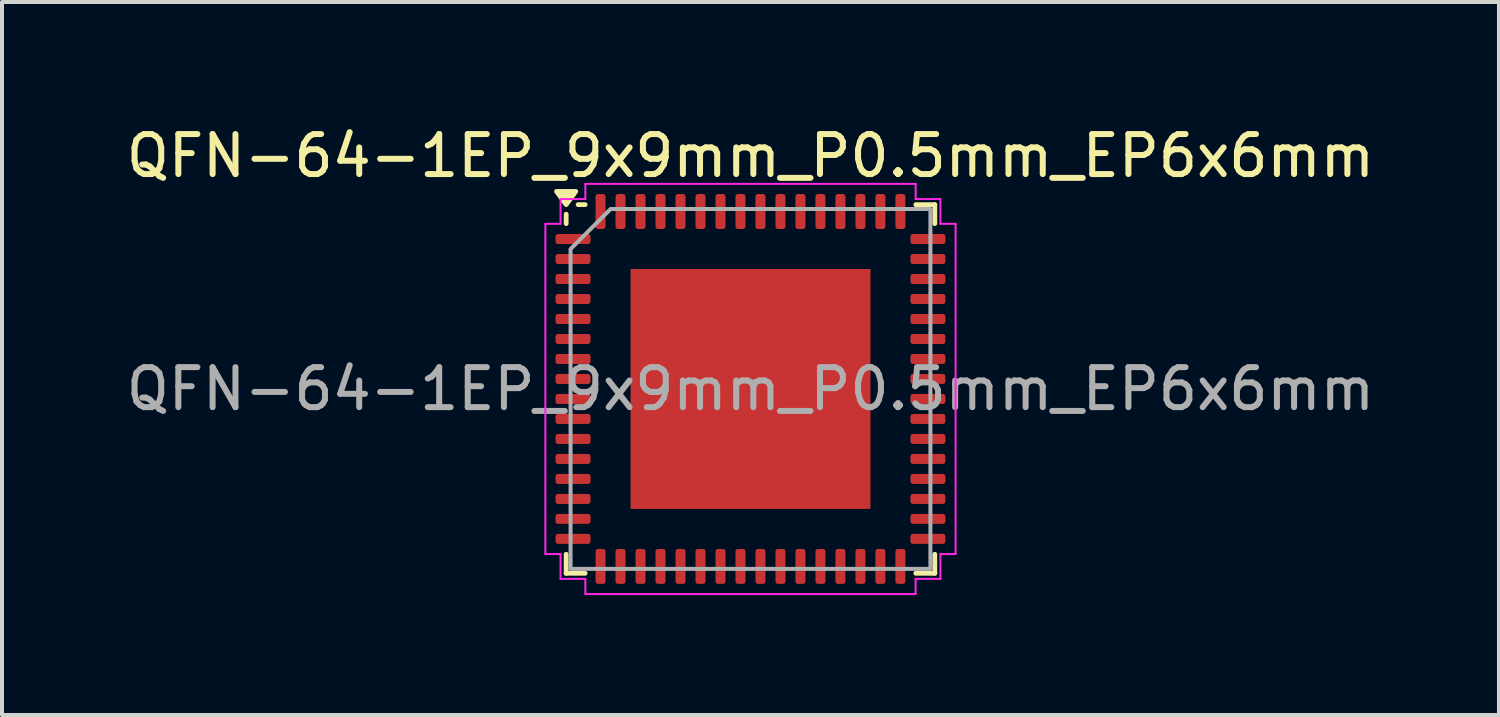
<source format=kicad_pcb>
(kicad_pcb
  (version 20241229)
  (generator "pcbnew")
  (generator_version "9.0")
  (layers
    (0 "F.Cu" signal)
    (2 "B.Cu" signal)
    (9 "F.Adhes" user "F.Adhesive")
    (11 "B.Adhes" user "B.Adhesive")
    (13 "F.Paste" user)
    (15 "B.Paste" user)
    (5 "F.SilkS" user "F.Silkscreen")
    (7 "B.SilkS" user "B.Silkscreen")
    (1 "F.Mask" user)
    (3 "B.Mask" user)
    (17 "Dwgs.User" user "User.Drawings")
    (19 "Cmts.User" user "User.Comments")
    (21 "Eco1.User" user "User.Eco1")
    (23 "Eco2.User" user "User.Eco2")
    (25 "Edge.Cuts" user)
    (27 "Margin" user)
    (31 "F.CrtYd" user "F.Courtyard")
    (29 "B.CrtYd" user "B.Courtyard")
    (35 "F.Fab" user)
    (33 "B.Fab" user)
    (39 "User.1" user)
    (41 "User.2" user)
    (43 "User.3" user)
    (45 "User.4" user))
  (footprint "QFN-64-1EP_9x9mm_P0.5mm_EP6x6mm"
    (layer "F.Cu")
    (at 15.72 6.678)
    (property "Reference" "QFN-64-1EP_9x9mm_P0.5mm_EP6x6mm" (at 0 -5.83 0) (layer "F.SilkS") (effects (font (size 1 1) (thickness 0.15))))
    (attr smd)
    (fp_line (start -4.61 -4.135) (end -4.61 -4.37) (stroke (width 0.12) (type solid)) (layer "F.SilkS"))
    (fp_line (start -4.61 4.61) (end -4.61 4.135) (stroke (width 0.12) (type solid)) (layer "F.SilkS"))
    (fp_line (start -4.135 -4.61) (end -4.31 -4.61) (stroke (width 0.12) (type solid)) (layer "F.SilkS"))
    (fp_line (start -4.135 4.61) (end -4.61 4.61) (stroke (width 0.12) (type solid)) (layer "F.SilkS"))
    (fp_line (start 4.135 -4.61) (end 4.61 -4.61) (stroke (width 0.12) (type solid)) (layer "F.SilkS"))
    (fp_line (start 4.135 4.61) (end 4.61 4.61) (stroke (width 0.12) (type solid)) (layer "F.SilkS"))
    (fp_line (start 4.61 -4.61) (end 4.61 -4.135) (stroke (width 0.12) (type solid)) (layer "F.SilkS"))
    (fp_line (start 4.61 4.61) (end 4.61 4.135) (stroke (width 0.12) (type solid)) (layer "F.SilkS"))
    (fp_poly (pts (xy -4.61 -4.61) (xy -4.85 -4.94) (xy -4.37 -4.94)) (stroke (width 0.12) (type solid)) (fill yes) (layer "F.SilkS"))
    (fp_line (start -5.13 -4.13) (end -4.75 -4.13) (stroke (width 0.05) (type solid)) (layer "F.CrtYd"))
    (fp_line (start -5.13 4.13) (end -5.13 -4.13) (stroke (width 0.05) (type solid)) (layer "F.CrtYd"))
    (fp_line (start -4.75 -4.75) (end -4.13 -4.75) (stroke (width 0.05) (type solid)) (layer "F.CrtYd"))
    (fp_line (start -4.75 -4.13) (end -4.75 -4.75) (stroke (width 0.05) (type solid)) (layer "F.CrtYd"))
    (fp_line (start -4.75 4.13) (end -5.13 4.13) (stroke (width 0.05) (type solid)) (layer "F.CrtYd"))
    (fp_line (start -4.75 4.75) (end -4.75 4.13) (stroke (width 0.05) (type solid)) (layer "F.CrtYd"))
    (fp_line (start -4.13 -5.13) (end 4.13 -5.13) (stroke (width 0.05) (type solid)) (layer "F.CrtYd"))
    (fp_line (start -4.13 -4.75) (end -4.13 -5.13) (stroke (width 0.05) (type solid)) (layer "F.CrtYd"))
    (fp_line (start -4.13 4.75) (end -4.75 4.75) (stroke (width 0.05) (type solid)) (layer "F.CrtYd"))
    (fp_line (start -4.13 5.13) (end -4.13 4.75) (stroke (width 0.05) (type solid)) (layer "F.CrtYd"))
    (fp_line (start 4.13 -5.13) (end 4.13 -4.75) (stroke (width 0.05) (type solid)) (layer "F.CrtYd"))
    (fp_line (start 4.13 -4.75) (end 4.75 -4.75) (stroke (width 0.05) (type solid)) (layer "F.CrtYd"))
    (fp_line (start 4.13 4.75) (end 4.13 5.13) (stroke (width 0.05) (type solid)) (layer "F.CrtYd"))
    (fp_line (start 4.13 5.13) (end -4.13 5.13) (stroke (width 0.05) (type solid)) (layer "F.CrtYd"))
    (fp_line (start 4.75 -4.75) (end 4.75 -4.13) (stroke (width 0.05) (type solid)) (layer "F.CrtYd"))
    (fp_line (start 4.75 -4.13) (end 5.13 -4.13) (stroke (width 0.05) (type solid)) (layer "F.CrtYd"))
    (fp_line (start 4.75 4.13) (end 4.75 4.75) (stroke (width 0.05) (type solid)) (layer "F.CrtYd"))
    (fp_line (start 4.75 4.75) (end 4.13 4.75) (stroke (width 0.05) (type solid)) (layer "F.CrtYd"))
    (fp_line (start 5.13 -4.13) (end 5.13 4.13) (stroke (width 0.05) (type solid)) (layer "F.CrtYd"))
    (fp_line (start 5.13 4.13) (end 4.75 4.13) (stroke (width 0.05) (type solid)) (layer "F.CrtYd"))
    (fp_poly (pts (xy -4.5 -3.5) (xy -4.5 4.5) (xy 4.5 4.5) (xy 4.5 -4.5) (xy -3.5 -4.5)) (stroke (width 0.1) (type solid)) (fill no) (layer "F.Fab"))
    (fp_text user "${REFERENCE}" (at 0 0 0) (layer "F.Fab") (effects (font (size 1 1) (thickness 0.15))))
    (pad "" smd roundrect (at -2.25 -2.25) (size 1.21 1.21) (layers "F.Paste") (roundrect_rratio 0.207))
    (pad "" smd roundrect (at -2.25 -0.75) (size 1.21 1.21) (layers "F.Paste") (roundrect_rratio 0.207))
    (pad "" smd roundrect (at -2.25 0.75) (size 1.21 1.21) (layers "F.Paste") (roundrect_rratio 0.207))
    (pad "" smd roundrect (at -2.25 2.25) (size 1.21 1.21) (layers "F.Paste") (roundrect_rratio 0.207))
    (pad "" smd roundrect (at -0.75 -2.25) (size 1.21 1.21) (layers "F.Paste") (roundrect_rratio 0.207))
    (pad "" smd roundrect (at -0.75 -0.75) (size 1.21 1.21) (layers "F.Paste") (roundrect_rratio 0.207))
    (pad "" smd roundrect (at -0.75 0.75) (size 1.21 1.21) (layers "F.Paste") (roundrect_rratio 0.207))
    (pad "" smd roundrect (at -0.75 2.25) (size 1.21 1.21) (layers "F.Paste") (roundrect_rratio 0.207))
    (pad "" smd roundrect (at 0.75 -2.25) (size 1.21 1.21) (layers "F.Paste") (roundrect_rratio 0.207))
    (pad "" smd roundrect (at 0.75 -0.75) (size 1.21 1.21) (layers "F.Paste") (roundrect_rratio 0.207))
    (pad "" smd roundrect (at 0.75 0.75) (size 1.21 1.21) (layers "F.Paste") (roundrect_rratio 0.207))
    (pad "" smd roundrect (at 0.75 2.25) (size 1.21 1.21) (layers "F.Paste") (roundrect_rratio 0.207))
    (pad "" smd roundrect (at 2.25 -2.25) (size 1.21 1.21) (layers "F.Paste") (roundrect_rratio 0.207))
    (pad "" smd roundrect (at 2.25 -0.75) (size 1.21 1.21) (layers "F.Paste") (roundrect_rratio 0.207))
    (pad "" smd roundrect (at 2.25 0.75) (size 1.21 1.21) (layers "F.Paste") (roundrect_rratio 0.207))
    (pad "" smd roundrect (at 2.25 2.25) (size 1.21 1.21) (layers "F.Paste") (roundrect_rratio 0.207))
    (pad "1" smd roundrect (at -4.438 -3.75) (size 0.875 0.25) (layers "F.Cu" "F.Mask" "F.Paste") (roundrect_rratio 0.25))
    (pad "2" smd roundrect (at -4.438 -3.25) (size 0.875 0.25) (layers "F.Cu" "F.Mask" "F.Paste") (roundrect_rratio 0.25))
    (pad "3" smd roundrect (at -4.438 -2.75) (size 0.875 0.25) (layers "F.Cu" "F.Mask" "F.Paste") (roundrect_rratio 0.25))
    (pad "4" smd roundrect (at -4.438 -2.25) (size 0.875 0.25) (layers "F.Cu" "F.Mask" "F.Paste") (roundrect_rratio 0.25))
    (pad "5" smd roundrect (at -4.438 -1.75) (size 0.875 0.25) (layers "F.Cu" "F.Mask" "F.Paste") (roundrect_rratio 0.25))
    (pad "6" smd roundrect (at -4.438 -1.25) (size 0.875 0.25) (layers "F.Cu" "F.Mask" "F.Paste") (roundrect_rratio 0.25))
    (pad "7" smd roundrect (at -4.438 -0.75) (size 0.875 0.25) (layers "F.Cu" "F.Mask" "F.Paste") (roundrect_rratio 0.25))
    (pad "8" smd roundrect (at -4.438 -0.25) (size 0.875 0.25) (layers "F.Cu" "F.Mask" "F.Paste") (roundrect_rratio 0.25))
    (pad "9" smd roundrect (at -4.438 0.25) (size 0.875 0.25) (layers "F.Cu" "F.Mask" "F.Paste") (roundrect_rratio 0.25))
    (pad "10" smd roundrect (at -4.438 0.75) (size 0.875 0.25) (layers "F.Cu" "F.Mask" "F.Paste") (roundrect_rratio 0.25))
    (pad "11" smd roundrect (at -4.438 1.25) (size 0.875 0.25) (layers "F.Cu" "F.Mask" "F.Paste") (roundrect_rratio 0.25))
    (pad "12" smd roundrect (at -4.438 1.75) (size 0.875 0.25) (layers "F.Cu" "F.Mask" "F.Paste") (roundrect_rratio 0.25))
    (pad "13" smd roundrect (at -4.438 2.25) (size 0.875 0.25) (layers "F.Cu" "F.Mask" "F.Paste") (roundrect_rratio 0.25))
    (pad "14" smd roundrect (at -4.438 2.75) (size 0.875 0.25) (layers "F.Cu" "F.Mask" "F.Paste") (roundrect_rratio 0.25))
    (pad "15" smd roundrect (at -4.438 3.25) (size 0.875 0.25) (layers "F.Cu" "F.Mask" "F.Paste") (roundrect_rratio 0.25))
    (pad "16" smd roundrect (at -4.438 3.75) (size 0.875 0.25) (layers "F.Cu" "F.Mask" "F.Paste") (roundrect_rratio 0.25))
    (pad "17" smd roundrect (at -3.75 4.438) (size 0.25 0.875) (layers "F.Cu" "F.Mask" "F.Paste") (roundrect_rratio 0.25))
    (pad "18" smd roundrect (at -3.25 4.438) (size 0.25 0.875) (layers "F.Cu" "F.Mask" "F.Paste") (roundrect_rratio 0.25))
    (pad "19" smd roundrect (at -2.75 4.438) (size 0.25 0.875) (layers "F.Cu" "F.Mask" "F.Paste") (roundrect_rratio 0.25))
    (pad "20" smd roundrect (at -2.25 4.438) (size 0.25 0.875) (layers "F.Cu" "F.Mask" "F.Paste") (roundrect_rratio 0.25))
    (pad "21" smd roundrect (at -1.75 4.438) (size 0.25 0.875) (layers "F.Cu" "F.Mask" "F.Paste") (roundrect_rratio 0.25))
    (pad "22" smd roundrect (at -1.25 4.438) (size 0.25 0.875) (layers "F.Cu" "F.Mask" "F.Paste") (roundrect_rratio 0.25))
    (pad "23" smd roundrect (at -0.75 4.438) (size 0.25 0.875) (layers "F.Cu" "F.Mask" "F.Paste") (roundrect_rratio 0.25))
    (pad "24" smd roundrect (at -0.25 4.438) (size 0.25 0.875) (layers "F.Cu" "F.Mask" "F.Paste") (roundrect_rratio 0.25))
    (pad "25" smd roundrect (at 0.25 4.438) (size 0.25 0.875) (layers "F.Cu" "F.Mask" "F.Paste") (roundrect_rratio 0.25))
    (pad "26" smd roundrect (at 0.75 4.438) (size 0.25 0.875) (layers "F.Cu" "F.Mask" "F.Paste") (roundrect_rratio 0.25))
    (pad "27" smd roundrect (at 1.25 4.438) (size 0.25 0.875) (layers "F.Cu" "F.Mask" "F.Paste") (roundrect_rratio 0.25))
    (pad "28" smd roundrect (at 1.75 4.438) (size 0.25 0.875) (layers "F.Cu" "F.Mask" "F.Paste") (roundrect_rratio 0.25))
    (pad "29" smd roundrect (at 2.25 4.438) (size 0.25 0.875) (layers "F.Cu" "F.Mask" "F.Paste") (roundrect_rratio 0.25))
    (pad "30" smd roundrect (at 2.75 4.438) (size 0.25 0.875) (layers "F.Cu" "F.Mask" "F.Paste") (roundrect_rratio 0.25))
    (pad "31" smd roundrect (at 3.25 4.438) (size 0.25 0.875) (layers "F.Cu" "F.Mask" "F.Paste") (roundrect_rratio 0.25))
    (pad "32" smd roundrect (at 3.75 4.438) (size 0.25 0.875) (layers "F.Cu" "F.Mask" "F.Paste") (roundrect_rratio 0.25))
    (pad "33" smd roundrect (at 4.438 3.75) (size 0.875 0.25) (layers "F.Cu" "F.Mask" "F.Paste") (roundrect_rratio 0.25))
    (pad "34" smd roundrect (at 4.438 3.25) (size 0.875 0.25) (layers "F.Cu" "F.Mask" "F.Paste") (roundrect_rratio 0.25))
    (pad "35" smd roundrect (at 4.438 2.75) (size 0.875 0.25) (layers "F.Cu" "F.Mask" "F.Paste") (roundrect_rratio 0.25))
    (pad "36" smd roundrect (at 4.438 2.25) (size 0.875 0.25) (layers "F.Cu" "F.Mask" "F.Paste") (roundrect_rratio 0.25))
    (pad "37" smd roundrect (at 4.438 1.75) (size 0.875 0.25) (layers "F.Cu" "F.Mask" "F.Paste") (roundrect_rratio 0.25))
    (pad "38" smd roundrect (at 4.438 1.25) (size 0.875 0.25) (layers "F.Cu" "F.Mask" "F.Paste") (roundrect_rratio 0.25))
    (pad "39" smd roundrect (at 4.438 0.75) (size 0.875 0.25) (layers "F.Cu" "F.Mask" "F.Paste") (roundrect_rratio 0.25))
    (pad "40" smd roundrect (at 4.438 0.25) (size 0.875 0.25) (layers "F.Cu" "F.Mask" "F.Paste") (roundrect_rratio 0.25))
    (pad "41" smd roundrect (at 4.438 -0.25) (size 0.875 0.25) (layers "F.Cu" "F.Mask" "F.Paste") (roundrect_rratio 0.25))
    (pad "42" smd roundrect (at 4.438 -0.75) (size 0.875 0.25) (layers "F.Cu" "F.Mask" "F.Paste") (roundrect_rratio 0.25))
    (pad "43" smd roundrect (at 4.438 -1.25) (size 0.875 0.25) (layers "F.Cu" "F.Mask" "F.Paste") (roundrect_rratio 0.25))
    (pad "44" smd roundrect (at 4.438 -1.75) (size 0.875 0.25) (layers "F.Cu" "F.Mask" "F.Paste") (roundrect_rratio 0.25))
    (pad "45" smd roundrect (at 4.438 -2.25) (size 0.875 0.25) (layers "F.Cu" "F.Mask" "F.Paste") (roundrect_rratio 0.25))
    (pad "46" smd roundrect (at 4.438 -2.75) (size 0.875 0.25) (layers "F.Cu" "F.Mask" "F.Paste") (roundrect_rratio 0.25))
    (pad "47" smd roundrect (at 4.438 -3.25) (size 0.875 0.25) (layers "F.Cu" "F.Mask" "F.Paste") (roundrect_rratio 0.25))
    (pad "48" smd roundrect (at 4.438 -3.75) (size 0.875 0.25) (layers "F.Cu" "F.Mask" "F.Paste") (roundrect_rratio 0.25))
    (pad "49" smd roundrect (at 3.75 -4.438) (size 0.25 0.875) (layers "F.Cu" "F.Mask" "F.Paste") (roundrect_rratio 0.25))
    (pad "50" smd roundrect (at 3.25 -4.438) (size 0.25 0.875) (layers "F.Cu" "F.Mask" "F.Paste") (roundrect_rratio 0.25))
    (pad "51" smd roundrect (at 2.75 -4.438) (size 0.25 0.875) (layers "F.Cu" "F.Mask" "F.Paste") (roundrect_rratio 0.25))
    (pad "52" smd roundrect (at 2.25 -4.438) (size 0.25 0.875) (layers "F.Cu" "F.Mask" "F.Paste") (roundrect_rratio 0.25))
    (pad "53" smd roundrect (at 1.75 -4.438) (size 0.25 0.875) (layers "F.Cu" "F.Mask" "F.Paste") (roundrect_rratio 0.25))
    (pad "54" smd roundrect (at 1.25 -4.438) (size 0.25 0.875) (layers "F.Cu" "F.Mask" "F.Paste") (roundrect_rratio 0.25))
    (pad "55" smd roundrect (at 0.75 -4.438) (size 0.25 0.875) (layers "F.Cu" "F.Mask" "F.Paste") (roundrect_rratio 0.25))
    (pad "56" smd roundrect (at 0.25 -4.438) (size 0.25 0.875) (layers "F.Cu" "F.Mask" "F.Paste") (roundrect_rratio 0.25))
    (pad "57" smd roundrect (at -0.25 -4.438) (size 0.25 0.875) (layers "F.Cu" "F.Mask" "F.Paste") (roundrect_rratio 0.25))
    (pad "58" smd roundrect (at -0.75 -4.438) (size 0.25 0.875) (layers "F.Cu" "F.Mask" "F.Paste") (roundrect_rratio 0.25))
    (pad "59" smd roundrect (at -1.25 -4.438) (size 0.25 0.875) (layers "F.Cu" "F.Mask" "F.Paste") (roundrect_rratio 0.25))
    (pad "60" smd roundrect (at -1.75 -4.438) (size 0.25 0.875) (layers "F.Cu" "F.Mask" "F.Paste") (roundrect_rratio 0.25))
    (pad "61" smd roundrect (at -2.25 -4.438) (size 0.25 0.875) (layers "F.Cu" "F.Mask" "F.Paste") (roundrect_rratio 0.25))
    (pad "62" smd roundrect (at -2.75 -4.438) (size 0.25 0.875) (layers "F.Cu" "F.Mask" "F.Paste") (roundrect_rratio 0.25))
    (pad "63" smd roundrect (at -3.25 -4.438) (size 0.25 0.875) (layers "F.Cu" "F.Mask" "F.Paste") (roundrect_rratio 0.25))
    (pad "64" smd roundrect (at -3.75 -4.438) (size 0.25 0.875) (layers "F.Cu" "F.Mask" "F.Paste") (roundrect_rratio 0.25))
    (pad "65" smd rect (at 0 0) (size 6 6) (property pad_prop_heatsink) (layers "F.Cu" "F.Mask")))
  (gr_rect
    (start -3 -3)
    (end 34.44 14.833)
    (stroke (width 0.1) (type default))
    (fill no)
    (layer "Edge.Cuts")))
</source>
